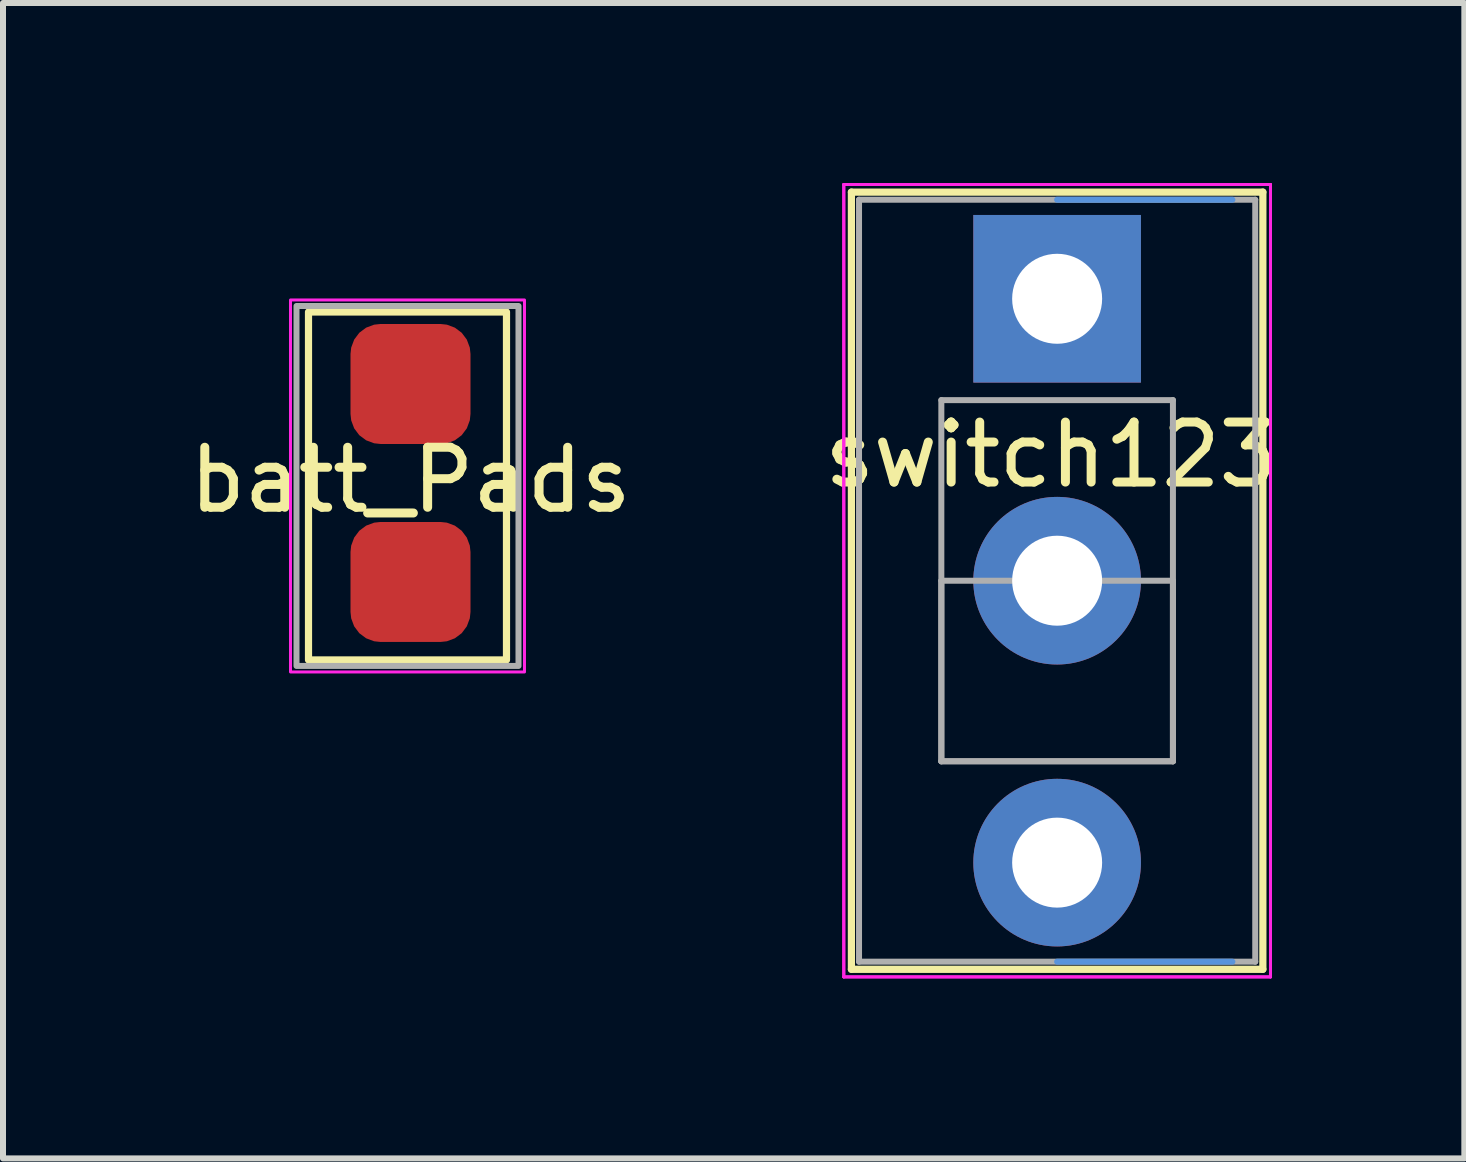
<source format=kicad_pcb>
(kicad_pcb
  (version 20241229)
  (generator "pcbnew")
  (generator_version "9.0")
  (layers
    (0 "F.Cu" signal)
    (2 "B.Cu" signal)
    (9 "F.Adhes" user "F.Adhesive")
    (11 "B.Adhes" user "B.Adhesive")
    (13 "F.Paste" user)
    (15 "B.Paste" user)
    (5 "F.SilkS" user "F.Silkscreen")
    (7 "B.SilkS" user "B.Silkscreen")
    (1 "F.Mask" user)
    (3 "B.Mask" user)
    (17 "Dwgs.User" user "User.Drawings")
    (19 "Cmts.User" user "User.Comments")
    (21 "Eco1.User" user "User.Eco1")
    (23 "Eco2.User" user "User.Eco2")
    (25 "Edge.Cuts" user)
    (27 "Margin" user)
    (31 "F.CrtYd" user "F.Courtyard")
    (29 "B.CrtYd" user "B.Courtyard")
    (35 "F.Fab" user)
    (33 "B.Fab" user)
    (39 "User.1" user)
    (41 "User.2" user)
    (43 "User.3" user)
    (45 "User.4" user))
  (footprint "switch123"
    (layer "F.Cu")
    (at 14.57 1.93)
    (property "Reference" "switch123" (at -0.1 2.6 0) (layer "F.SilkS") (effects (font (size 1 1) (thickness 0.15))))
    (attr through_hole)
    (fp_line (start -3.429 -1.778) (end -3.429 11.176) (stroke (width 0.12) (type solid)) (layer "F.SilkS"))
    (fp_line (start -3.429 11.176) (end 3.429 11.176) (stroke (width 0.12) (type solid)) (layer "F.SilkS"))
    (fp_line (start 3.429 -1.778) (end -3.429 -1.778) (stroke (width 0.12) (type solid)) (layer "F.SilkS"))
    (fp_line (start 3.429 11.176) (end 3.429 -1.778) (stroke (width 0.12) (type solid)) (layer "F.SilkS"))
    (fp_line (start 0 -1.651) (end 2.921 -1.651) (stroke (width 0.1) (type solid)) (layer "Cmts.User"))
    (fp_line (start 0 11.049) (end 2.921 11.049) (stroke (width 0.1) (type solid)) (layer "Cmts.User"))
    (fp_line (start -3.556 -1.905) (end -3.556 11.303) (stroke (width 0.05) (type solid)) (layer "F.CrtYd"))
    (fp_line (start -3.556 -1.905) (end 3.556 -1.905) (stroke (width 0.05) (type solid)) (layer "F.CrtYd"))
    (fp_line (start -3.556 11.303) (end -3.556 -1.905) (stroke (width 0.05) (type solid)) (layer "F.CrtYd"))
    (fp_line (start -3.556 11.303) (end 3.556 11.303) (stroke (width 0.05) (type solid)) (layer "F.CrtYd"))
    (fp_line (start 3.556 -1.905) (end -3.556 -1.905) (stroke (width 0.05) (type solid)) (layer "F.CrtYd"))
    (fp_line (start 3.556 -1.905) (end 3.556 11.303) (stroke (width 0.05) (type solid)) (layer "F.CrtYd"))
    (fp_line (start 3.556 11.303) (end -3.556 11.303) (stroke (width 0.05) (type solid)) (layer "F.CrtYd"))
    (fp_line (start 3.556 11.303) (end 3.556 -1.905) (stroke (width 0.05) (type solid)) (layer "F.CrtYd"))
    (fp_line (start -3.302 -1.651) (end -3.302 11.049) (stroke (width 0.1) (type solid)) (layer "F.Fab"))
    (fp_line (start -3.302 11.049) (end 3.302 11.049) (stroke (width 0.1) (type solid)) (layer "F.Fab"))
    (fp_line (start -1.93 1.689) (end 1.93 1.689) (stroke (width 0.1) (type solid)) (layer "F.Fab"))
    (fp_line (start -1.93 4.699) (end 1.93 4.699) (stroke (width 0.1) (type solid)) (layer "F.Fab"))
    (fp_line (start -1.93 7.709) (end -1.93 1.689) (stroke (width 0.1) (type solid)) (layer "F.Fab"))
    (fp_line (start -1.93 7.709) (end -1.93 4.699) (stroke (width 0.1) (type solid)) (layer "F.Fab"))
    (fp_line (start 1.93 1.689) (end 1.93 7.709) (stroke (width 0.1) (type solid)) (layer "F.Fab"))
    (fp_line (start 1.93 4.699) (end 1.93 7.709) (stroke (width 0.1) (type solid)) (layer "F.Fab"))
    (fp_line (start 1.93 7.709) (end -1.93 7.709) (stroke (width 0.1) (type solid)) (layer "F.Fab"))
    (fp_line (start 1.93 7.709) (end -1.93 7.709) (stroke (width 0.1) (type solid)) (layer "F.Fab"))
    (fp_line (start 3.302 -1.651) (end -3.302 -1.651) (stroke (width 0.1) (type solid)) (layer "F.Fab"))
    (fp_line (start 3.302 11.049) (end 3.302 -1.651) (stroke (width 0.1) (type solid)) (layer "F.Fab"))
    (pad "1" thru_hole rect (at 0 0) (size 2.794 2.794) (drill 1.5) (layers "*.Cu" "*.Mask"))
    (pad "2" thru_hole circle (at 0 4.699) (size 2.794 2.794) (drill 1.5) (layers "*.Cu" "*.Mask"))
    (pad "3" thru_hole circle (at 0 9.398) (size 2.794 2.794) (drill 1.5) (layers "*.Cu" "*.Mask")))
  (footprint "batt_Pads"
    (layer "F.Cu")
    (at 3.792 0.25)
    (property "Reference" "batt_Pads" (at 0 4.7 0) (layer "F.SilkS") (effects (font (size 1 1) (thickness 0.15))))
    (attr through_hole)
    (fp_rect (start -1.7 1.9) (end 1.6 7.7) (stroke (width 0.12) (type solid)) (fill no) (layer "F.SilkS"))
    (fp_rect (start -2 1.7) (end 1.9 7.9) (stroke (width 0.05) (type solid)) (fill no) (layer "F.CrtYd"))
    (fp_rect (start -1.9 1.8) (end 1.8 7.8) (stroke (width 0.1) (type solid)) (fill no) (layer "F.Fab"))
    (pad "1" smd roundrect (at 0 3.1) (size 2 2) (layers "F.Cu" "F.Mask" "F.Paste") (roundrect_rratio 0.25))
    (pad "2" smd roundrect (at 0 6.4) (size 2 2) (layers "F.Cu" "F.Mask" "F.Paste") (roundrect_rratio 0.25)))
  (gr_rect
    (start -3 -3)
    (end 21.357 16.258)
    (stroke (width 0.1) (type default))
    (fill no)
    (layer "Edge.Cuts")))
</source>
